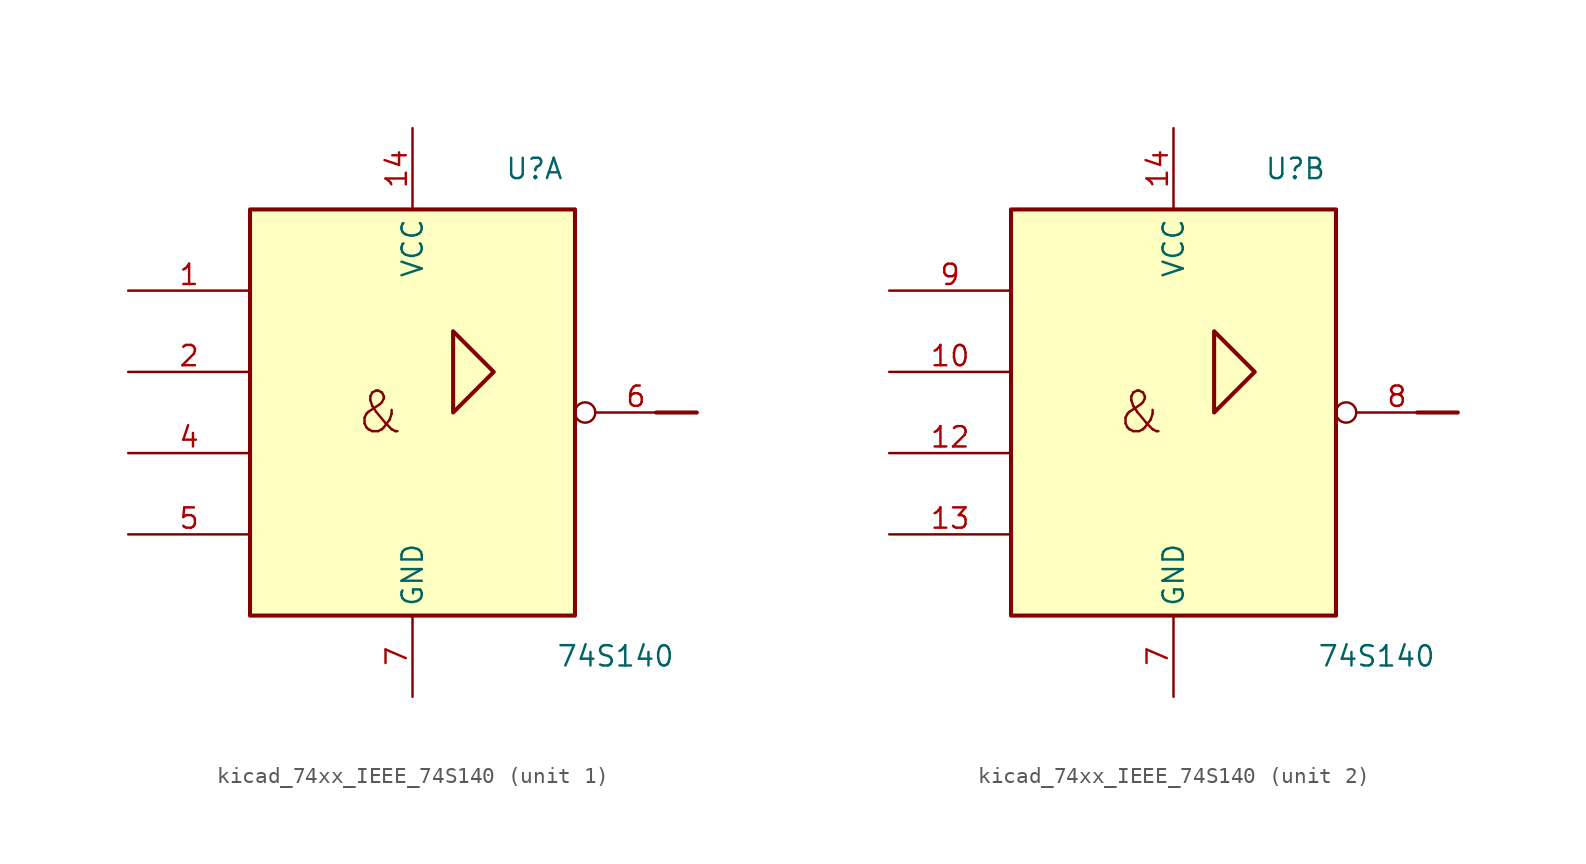
<source format=kicad_sym>
(kicad_symbol_lib
  (version 20220914)
  (generator kicad_symbol_editor)
  (symbol "kicad_74xx_IEEE_74S140"
    (property "Reference" "U"
      (at 7.62 15.24 0)
      (effects (font (size 1.27 1.27))))
    (property "Value" "74S140"
      (at 12.7 -15.24 0)
      (effects (font (size 1.27 1.27))))
    (symbol "kicad_74xx_IEEE_74S140_0_0"
      (rectangle (start -10.16 12.7) (end 10.16 -12.7) (stroke (width 0.254) (type default)) (fill (type background)))
      (polyline (pts (xy 2.54 0) (xy 2.54 5.08) (xy 5.08 2.54) (xy 2.54 0) (xy 2.54 0)) (stroke (width 0.254) (type default)) (fill (type background)))
      (text "&" (at -2.032 0 0) (effects (font (size 2.54 2.54)))))
    (symbol "kicad_74xx_IEEE_74S140_0_1"
      (rectangle (start 17.78 0) (end 15.24 0) (stroke (width 0.254) (type default)) (fill (type background)))
      (pin power_in line (at 0 17.78 270) (length 5.08) (name "VCC" (effects (font (size 1.27 1.27)))) (number "14" (effects (font (size 1.27 1.27)))))
      (pin power_in line (at 0 -17.78 90) (length 5.08) (name "GND" (effects (font (size 1.27 1.27)))) (number "7" (effects (font (size 1.27 1.27))))))
    (symbol "kicad_74xx_IEEE_74S140_1_1"
      (pin input line (at -17.78 7.62 0) (length 7.62) (name "~" (effects (font (size 1.27 1.27)))) (number "1" (effects (font (size 1.27 1.27)))))
      (pin input line (at -17.78 2.54 0) (length 7.62) (name "~" (effects (font (size 1.27 1.27)))) (number "2" (effects (font (size 1.27 1.27)))))
      (pin input line (at -17.78 -2.54 0) (length 7.62) (name "~" (effects (font (size 1.27 1.27)))) (number "4" (effects (font (size 1.27 1.27)))))
      (pin input line (at -17.78 -7.62 0) (length 7.62) (name "~" (effects (font (size 1.27 1.27)))) (number "5" (effects (font (size 1.27 1.27)))))
      (pin output inverted (at 17.78 0 180) (length 7.62) (name "~" (effects (font (size 1.27 1.27)))) (number "6" (effects (font (size 1.27 1.27))))))
    (symbol "kicad_74xx_IEEE_74S140_2_1"
      (pin input line (at -17.78 2.54 0) (length 7.62) (name "~" (effects (font (size 1.27 1.27)))) (number "10" (effects (font (size 1.27 1.27)))))
      (pin input line (at -17.78 -2.54 0) (length 7.62) (name "~" (effects (font (size 1.27 1.27)))) (number "12" (effects (font (size 1.27 1.27)))))
      (pin input line (at -17.78 -7.62 0) (length 7.62) (name "~" (effects (font (size 1.27 1.27)))) (number "13" (effects (font (size 1.27 1.27)))))
      (pin output inverted (at 17.78 0 180) (length 7.62) (name "~" (effects (font (size 1.27 1.27)))) (number "8" (effects (font (size 1.27 1.27)))))
      (pin input line (at -17.78 7.62 0) (length 7.62) (name "~" (effects (font (size 1.27 1.27)))) (number "9" (effects (font (size 1.27 1.27))))))))
</source>
